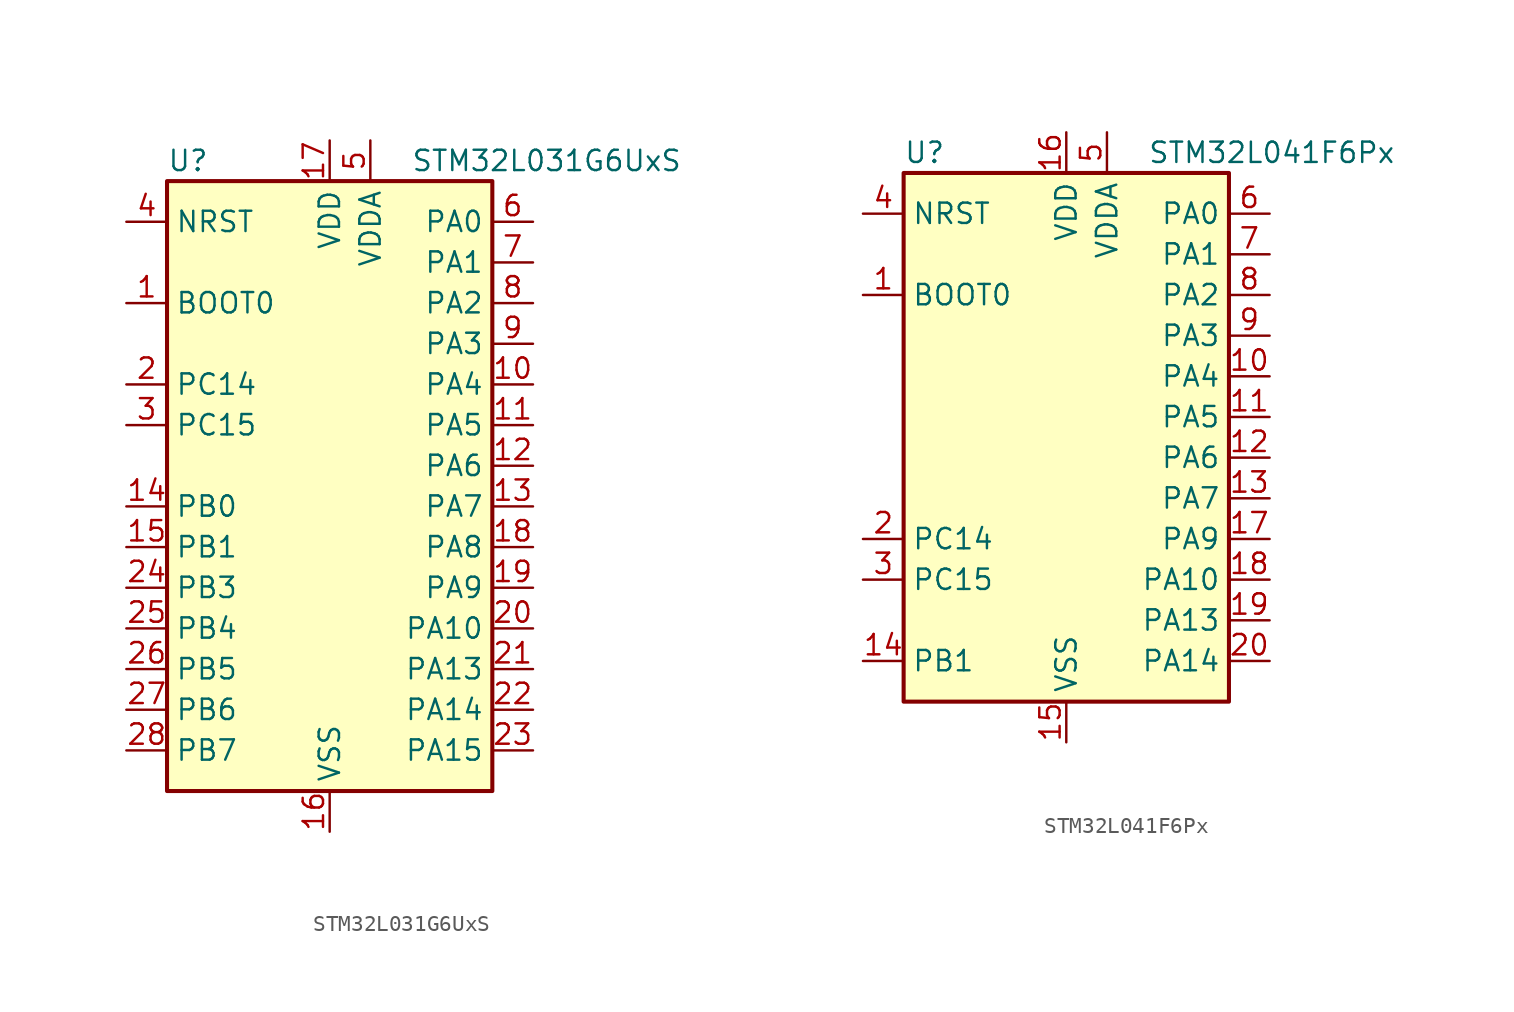
<source format=kicad_sym>
(kicad_symbol_lib
  (version 20201005)
  (generator kicad_symbol_editor)
  (symbol "STM32L031G6UxS"
    (property "Reference" "U"
      (at -10.16 19.05 0)
      (effects (font (size 1.27 1.27)) (justify left)))
    (property "Value" "STM32L031G6UxS"
      (at 5.08 19.05 0)
      (effects (font (size 1.27 1.27)) (justify left)))
    (symbol "STM32L031G6UxS_0_1"
      (rectangle (start -10.16 -20.32) (end 10.16 17.78) (stroke (width 0.254)) (fill (type background))))
    (symbol "STM32L031G6UxS_1_1"
      (pin input line (at -12.7 10.16 0) (length 2.54) (name "BOOT0" (effects (font (size 1.27 1.27)))) (number "1" (effects (font (size 1.27 1.27)))))
      (pin input line (at -12.7 15.24 0) (length 2.54) (name "NRST" (effects (font (size 1.27 1.27)))) (number "4" (effects (font (size 1.27 1.27)))))
      (pin bidirectional line (at 12.7 15.24 180) (length 2.54) (name "PA0" (effects (font (size 1.27 1.27)))) (number "6" (effects (font (size 1.27 1.27)))))
      (pin bidirectional line (at 12.7 12.7 180) (length 2.54) (name "PA1" (effects (font (size 1.27 1.27)))) (number "7" (effects (font (size 1.27 1.27)))))
      (pin bidirectional line (at 12.7 -10.16 180) (length 2.54) (name "PA10" (effects (font (size 1.27 1.27)))) (number "20" (effects (font (size 1.27 1.27)))))
      (pin bidirectional line (at 12.7 -12.7 180) (length 2.54) (name "PA13" (effects (font (size 1.27 1.27)))) (number "21" (effects (font (size 1.27 1.27)))))
      (pin bidirectional line (at 12.7 -15.24 180) (length 2.54) (name "PA14" (effects (font (size 1.27 1.27)))) (number "22" (effects (font (size 1.27 1.27)))))
      (pin bidirectional line (at 12.7 -17.78 180) (length 2.54) (name "PA15" (effects (font (size 1.27 1.27)))) (number "23" (effects (font (size 1.27 1.27)))))
      (pin bidirectional line (at 12.7 10.16 180) (length 2.54) (name "PA2" (effects (font (size 1.27 1.27)))) (number "8" (effects (font (size 1.27 1.27)))))
      (pin bidirectional line (at 12.7 7.62 180) (length 2.54) (name "PA3" (effects (font (size 1.27 1.27)))) (number "9" (effects (font (size 1.27 1.27)))))
      (pin bidirectional line (at 12.7 5.08 180) (length 2.54) (name "PA4" (effects (font (size 1.27 1.27)))) (number "10" (effects (font (size 1.27 1.27)))))
      (pin bidirectional line (at 12.7 2.54 180) (length 2.54) (name "PA5" (effects (font (size 1.27 1.27)))) (number "11" (effects (font (size 1.27 1.27)))))
      (pin bidirectional line (at 12.7 0 180) (length 2.54) (name "PA6" (effects (font (size 1.27 1.27)))) (number "12" (effects (font (size 1.27 1.27)))))
      (pin bidirectional line (at 12.7 -2.54 180) (length 2.54) (name "PA7" (effects (font (size 1.27 1.27)))) (number "13" (effects (font (size 1.27 1.27)))))
      (pin bidirectional line (at 12.7 -5.08 180) (length 2.54) (name "PA8" (effects (font (size 1.27 1.27)))) (number "18" (effects (font (size 1.27 1.27)))))
      (pin bidirectional line (at 12.7 -7.62 180) (length 2.54) (name "PA9" (effects (font (size 1.27 1.27)))) (number "19" (effects (font (size 1.27 1.27)))))
      (pin bidirectional line (at -12.7 -2.54 0) (length 2.54) (name "PB0" (effects (font (size 1.27 1.27)))) (number "14" (effects (font (size 1.27 1.27)))))
      (pin bidirectional line (at -12.7 -5.08 0) (length 2.54) (name "PB1" (effects (font (size 1.27 1.27)))) (number "15" (effects (font (size 1.27 1.27)))))
      (pin bidirectional line (at -12.7 -7.62 0) (length 2.54) (name "PB3" (effects (font (size 1.27 1.27)))) (number "24" (effects (font (size 1.27 1.27)))))
      (pin bidirectional line (at -12.7 -10.16 0) (length 2.54) (name "PB4" (effects (font (size 1.27 1.27)))) (number "25" (effects (font (size 1.27 1.27)))))
      (pin bidirectional line (at -12.7 -12.7 0) (length 2.54) (name "PB5" (effects (font (size 1.27 1.27)))) (number "26" (effects (font (size 1.27 1.27)))))
      (pin bidirectional line (at -12.7 -15.24 0) (length 2.54) (name "PB6" (effects (font (size 1.27 1.27)))) (number "27" (effects (font (size 1.27 1.27)))))
      (pin bidirectional line (at -12.7 -17.78 0) (length 2.54) (name "PB7" (effects (font (size 1.27 1.27)))) (number "28" (effects (font (size 1.27 1.27)))))
      (pin bidirectional line (at -12.7 5.08 0) (length 2.54) (name "PC14" (effects (font (size 1.27 1.27)))) (number "2" (effects (font (size 1.27 1.27)))))
      (pin bidirectional line (at -12.7 2.54 0) (length 2.54) (name "PC15" (effects (font (size 1.27 1.27)))) (number "3" (effects (font (size 1.27 1.27)))))
      (pin power_in line (at 0 20.32 270) (length 2.54) (name "VDD" (effects (font (size 1.27 1.27)))) (number "17" (effects (font (size 1.27 1.27)))))
      (pin power_in line (at 2.54 20.32 270) (length 2.54) (name "VDDA" (effects (font (size 1.27 1.27)))) (number "5" (effects (font (size 1.27 1.27)))))
      (pin power_in line (at 0 -22.86 90) (length 2.54) (name "VSS" (effects (font (size 1.27 1.27)))) (number "16" (effects (font (size 1.27 1.27)))))))
  (symbol "STM32L041F6Px"
    (property "Reference" "U"
      (at -10.16 16.51 0)
      (effects (font (size 1.27 1.27)) (justify left)))
    (property "Value" "STM32L041F6Px"
      (at 5.08 16.51 0)
      (effects (font (size 1.27 1.27)) (justify left)))
    (symbol "STM32L041F6Px_0_1"
      (rectangle (start -10.16 -17.78) (end 10.16 15.24) (stroke (width 0.254)) (fill (type background))))
    (symbol "STM32L041F6Px_1_1"
      (pin input line (at -12.7 7.62 0) (length 2.54) (name "BOOT0" (effects (font (size 1.27 1.27)))) (number "1" (effects (font (size 1.27 1.27)))))
      (pin input line (at -12.7 12.7 0) (length 2.54) (name "NRST" (effects (font (size 1.27 1.27)))) (number "4" (effects (font (size 1.27 1.27)))))
      (pin bidirectional line (at 12.7 12.7 180) (length 2.54) (name "PA0" (effects (font (size 1.27 1.27)))) (number "6" (effects (font (size 1.27 1.27)))))
      (pin bidirectional line (at 12.7 10.16 180) (length 2.54) (name "PA1" (effects (font (size 1.27 1.27)))) (number "7" (effects (font (size 1.27 1.27)))))
      (pin bidirectional line (at 12.7 -10.16 180) (length 2.54) (name "PA10" (effects (font (size 1.27 1.27)))) (number "18" (effects (font (size 1.27 1.27)))))
      (pin bidirectional line (at 12.7 -12.7 180) (length 2.54) (name "PA13" (effects (font (size 1.27 1.27)))) (number "19" (effects (font (size 1.27 1.27)))))
      (pin bidirectional line (at 12.7 -15.24 180) (length 2.54) (name "PA14" (effects (font (size 1.27 1.27)))) (number "20" (effects (font (size 1.27 1.27)))))
      (pin bidirectional line (at 12.7 7.62 180) (length 2.54) (name "PA2" (effects (font (size 1.27 1.27)))) (number "8" (effects (font (size 1.27 1.27)))))
      (pin bidirectional line (at 12.7 5.08 180) (length 2.54) (name "PA3" (effects (font (size 1.27 1.27)))) (number "9" (effects (font (size 1.27 1.27)))))
      (pin bidirectional line (at 12.7 2.54 180) (length 2.54) (name "PA4" (effects (font (size 1.27 1.27)))) (number "10" (effects (font (size 1.27 1.27)))))
      (pin bidirectional line (at 12.7 0 180) (length 2.54) (name "PA5" (effects (font (size 1.27 1.27)))) (number "11" (effects (font (size 1.27 1.27)))))
      (pin bidirectional line (at 12.7 -2.54 180) (length 2.54) (name "PA6" (effects (font (size 1.27 1.27)))) (number "12" (effects (font (size 1.27 1.27)))))
      (pin bidirectional line (at 12.7 -5.08 180) (length 2.54) (name "PA7" (effects (font (size 1.27 1.27)))) (number "13" (effects (font (size 1.27 1.27)))))
      (pin bidirectional line (at 12.7 -7.62 180) (length 2.54) (name "PA9" (effects (font (size 1.27 1.27)))) (number "17" (effects (font (size 1.27 1.27)))))
      (pin bidirectional line (at -12.7 -15.24 0) (length 2.54) (name "PB1" (effects (font (size 1.27 1.27)))) (number "14" (effects (font (size 1.27 1.27)))))
      (pin bidirectional line (at -12.7 -7.62 0) (length 2.54) (name "PC14" (effects (font (size 1.27 1.27)))) (number "2" (effects (font (size 1.27 1.27)))))
      (pin bidirectional line (at -12.7 -10.16 0) (length 2.54) (name "PC15" (effects (font (size 1.27 1.27)))) (number "3" (effects (font (size 1.27 1.27)))))
      (pin power_in line (at 0 17.78 270) (length 2.54) (name "VDD" (effects (font (size 1.27 1.27)))) (number "16" (effects (font (size 1.27 1.27)))))
      (pin power_in line (at 2.54 17.78 270) (length 2.54) (name "VDDA" (effects (font (size 1.27 1.27)))) (number "5" (effects (font (size 1.27 1.27)))))
      (pin power_in line (at 0 -20.32 90) (length 2.54) (name "VSS" (effects (font (size 1.27 1.27)))) (number "15" (effects (font (size 1.27 1.27))))))))
</source>
